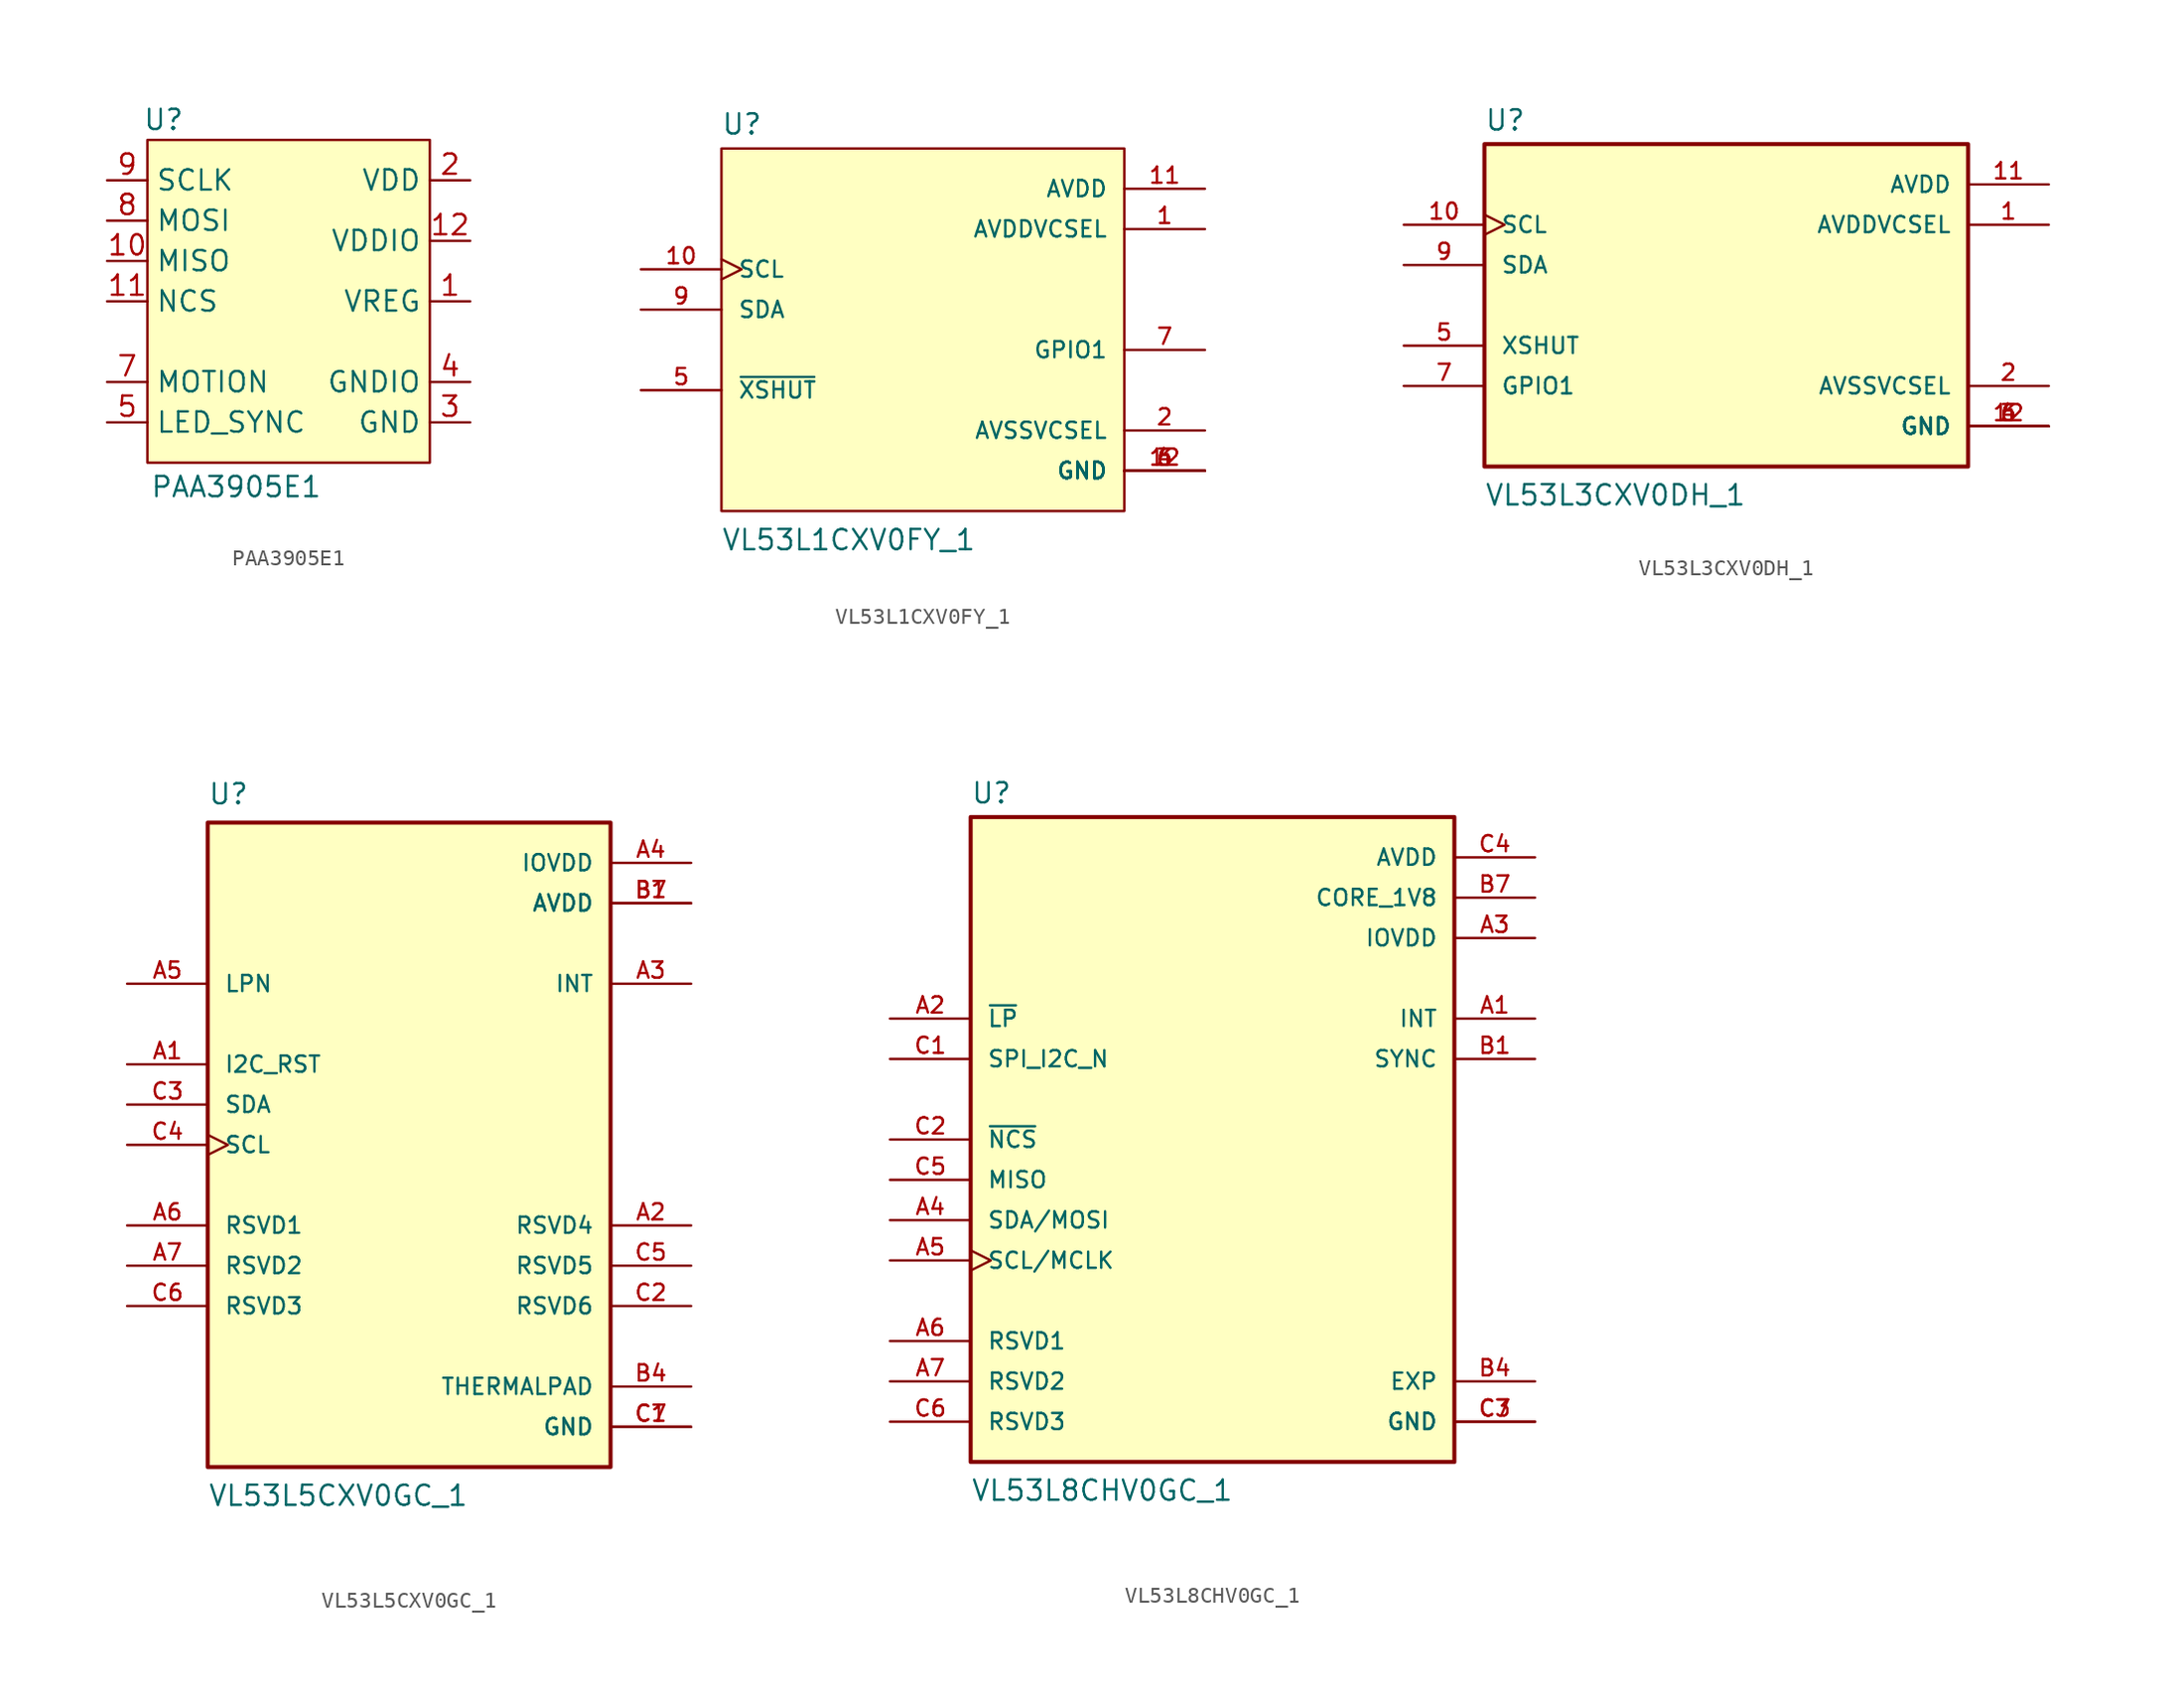
<source format=kicad_sym>
(kicad_symbol_lib
  (version 20231120)
  (generator "kicad_symbol_editor")
  (generator_version "8.0")
  (symbol "PAA3905E1"
    (property "Reference" "U"
      (at -7.874 11.43 0)
      (effects (font (size 1.27 1.27))))
    (property "Value" "PAA3905E1"
      (at -3.302 -11.684 0)
      (effects (font (size 1.27 1.27))))
    (symbol "PAA3905E1_1_1"
      (rectangle (start -8.89 10.16) (end 8.89 -10.16) (stroke (width 0) (type default)) (fill (type background)))
      (pin power_in line (at 11.43 0 180) (length 2.54) (name "VREG" (effects (font (size 1.27 1.27)))) (number "1" (effects (font (size 1.27 1.27)))))
      (pin bidirectional line (at -11.43 2.54 0) (length 2.54) (name "MISO" (effects (font (size 1.27 1.27)))) (number "10" (effects (font (size 1.27 1.27)))))
      (pin input line (at -11.43 0 0) (length 2.54) (name "NCS" (effects (font (size 1.27 1.27)))) (number "11" (effects (font (size 1.27 1.27)))))
      (pin power_in line (at 11.43 3.81 180) (length 2.54) (name "VDDIO" (effects (font (size 1.27 1.27)))) (number "12" (effects (font (size 1.27 1.27)))))
      (pin power_in line (at 11.43 7.62 180) (length 2.54) (name "VDD" (effects (font (size 1.27 1.27)))) (number "2" (effects (font (size 1.27 1.27)))))
      (pin power_in line (at 11.43 -7.62 180) (length 2.54) (name "GND" (effects (font (size 1.27 1.27)))) (number "3" (effects (font (size 1.27 1.27)))))
      (pin power_in line (at 11.43 -5.08 180) (length 2.54) (name "GNDIO" (effects (font (size 1.27 1.27)))) (number "4" (effects (font (size 1.27 1.27)))))
      (pin output line (at -11.43 -7.62 0) (length 2.54) (name "LED_SYNC" (effects (font (size 1.27 1.27)))) (number "5" (effects (font (size 1.27 1.27)))))
      (pin passive line (at -11.43 -2.54 0) (length 2.54) hide (name "NC" (effects (font (size 1.27 1.27)))) (number "6" (effects (font (size 1.27 1.27)))))
      (pin output line (at -11.43 -5.08 0) (length 2.54) (name "MOTION" (effects (font (size 1.27 1.27)))) (number "7" (effects (font (size 1.27 1.27)))))
      (pin bidirectional line (at -11.43 5.08 0) (length 2.54) (name "MOSI" (effects (font (size 1.27 1.27)))) (number "8" (effects (font (size 1.27 1.27)))))
      (pin input line (at -11.43 7.62 0) (length 2.54) (name "SCLK" (effects (font (size 1.27 1.27)))) (number "9" (effects (font (size 1.27 1.27)))))))
  (symbol "VL53L1CXV0FY_1"
    (pin_names
      (offset 1.016))
    (property "Reference" "U"
      (at -12.722 13.486 0)
      (effects (font (size 1.27 1.27)) (justify left bottom)))
    (property "Value" "VL53L1CXV0FY_1"
      (at -12.723 -12.723 0)
      (effects (font (size 1.27 1.27)) (justify left bottom)))
    (symbol "VL53L1CXV0FY_1_0_0"
      (rectangle (start -12.7 -10.16) (end 12.7 12.7) (stroke (width 0.152) (type default)) (fill (type background)))
      (pin power_in line (at 17.78 7.62 180) (length 5.08) (name "AVDDVCSEL" (effects (font (size 1.016 1.016)))) (number "1" (effects (font (size 1.016 1.016)))))
      (pin input clock (at -17.78 5.08 0) (length 5.08) (name "SCL" (effects (font (size 1.016 1.016)))) (number "10" (effects (font (size 1.016 1.016)))))
      (pin power_in line (at 17.78 10.16 180) (length 5.08) (name "AVDD" (effects (font (size 1.016 1.016)))) (number "11" (effects (font (size 1.016 1.016)))))
      (pin power_in line (at 17.78 -7.62 180) (length 5.08) (name "GND" (effects (font (size 1.016 1.016)))) (number "12" (effects (font (size 1.016 1.016)))))
      (pin power_in line (at 17.78 -5.08 180) (length 5.08) (name "AVSSVCSEL" (effects (font (size 1.016 1.016)))) (number "2" (effects (font (size 1.016 1.016)))))
      (pin power_in line (at 17.78 -7.62 180) (length 5.08) (name "GND" (effects (font (size 1.016 1.016)))) (number "3" (effects (font (size 1.016 1.016)))))
      (pin power_in line (at 17.78 -7.62 180) (length 5.08) (name "GND" (effects (font (size 1.016 1.016)))) (number "4" (effects (font (size 1.016 1.016)))))
      (pin input line (at -17.78 -2.54 0) (length 5.08) (name "~{XSHUT}" (effects (font (size 1.016 1.016)))) (number "5" (effects (font (size 1.016 1.016)))))
      (pin power_in line (at 17.78 -7.62 180) (length 5.08) (name "GND" (effects (font (size 1.016 1.016)))) (number "6" (effects (font (size 1.016 1.016)))))
      (pin output line (at 17.78 0 180) (length 5.08) (name "GPIO1" (effects (font (size 1.016 1.016)))) (number "7" (effects (font (size 1.016 1.016)))))
      (pin bidirectional line (at -17.78 2.54 0) (length 5.08) (name "SDA" (effects (font (size 1.016 1.016)))) (number "9" (effects (font (size 1.016 1.016)))))))
  (symbol "VL53L3CXV0DH_1"
    (pin_names
      (offset 1.016))
    (property "Reference" "U"
      (at -15.24 10.922 0)
      (effects (font (size 1.27 1.27)) (justify left bottom)))
    (property "Value" "VL53L3CXV0DH_1"
      (at -15.24 -12.7 0)
      (effects (font (size 1.27 1.27)) (justify left bottom)))
    (symbol "VL53L3CXV0DH_1_0_0"
      (rectangle (start -15.24 -10.16) (end 15.24 10.16) (stroke (width 0.254) (type default)) (fill (type background)))
      (pin power_in line (at 20.32 5.08 180) (length 5.08) (name "AVDDVCSEL" (effects (font (size 1.016 1.016)))) (number "1" (effects (font (size 1.016 1.016)))))
      (pin input clock (at -20.32 5.08 0) (length 5.08) (name "SCL" (effects (font (size 1.016 1.016)))) (number "10" (effects (font (size 1.016 1.016)))))
      (pin power_in line (at 20.32 7.62 180) (length 5.08) (name "AVDD" (effects (font (size 1.016 1.016)))) (number "11" (effects (font (size 1.016 1.016)))))
      (pin power_in line (at 20.32 -7.62 180) (length 5.08) (name "GND" (effects (font (size 1.016 1.016)))) (number "12" (effects (font (size 1.016 1.016)))))
      (pin power_in line (at 20.32 -5.08 180) (length 5.08) (name "AVSSVCSEL" (effects (font (size 1.016 1.016)))) (number "2" (effects (font (size 1.016 1.016)))))
      (pin power_in line (at 20.32 -7.62 180) (length 5.08) (name "GND" (effects (font (size 1.016 1.016)))) (number "3" (effects (font (size 1.016 1.016)))))
      (pin power_in line (at 20.32 -7.62 180) (length 5.08) (name "GND" (effects (font (size 1.016 1.016)))) (number "4" (effects (font (size 1.016 1.016)))))
      (pin input line (at -20.32 -2.54 0) (length 5.08) (name "XSHUT" (effects (font (size 1.016 1.016)))) (number "5" (effects (font (size 1.016 1.016)))))
      (pin power_in line (at 20.32 -7.62 180) (length 5.08) (name "GND" (effects (font (size 1.016 1.016)))) (number "6" (effects (font (size 1.016 1.016)))))
      (pin output line (at -20.32 -5.08 0) (length 5.08) (name "GPIO1" (effects (font (size 1.016 1.016)))) (number "7" (effects (font (size 1.016 1.016)))))
      (pin bidirectional line (at -20.32 2.54 0) (length 5.08) (name "SDA" (effects (font (size 1.016 1.016)))) (number "9" (effects (font (size 1.016 1.016)))))))
  (symbol "VL53L5CXV0GC_1"
    (pin_names
      (offset 1.016))
    (property "Reference" "U"
      (at -12.7 22.86 0)
      (effects (font (size 1.27 1.27)) (justify left top)))
    (property "Value" "VL53L5CXV0GC_1"
      (at -12.7 -22.86 0)
      (effects (font (size 1.27 1.27)) (justify left bottom)))
    (symbol "VL53L5CXV0GC_1_0_0"
      (rectangle (start -12.7 -20.32) (end 12.7 20.32) (stroke (width 0.254) (type default)) (fill (type background)))
      (pin input line (at -17.78 5.08 0) (length 5.08) (name "I2C_RST" (effects (font (size 1.016 1.016)))) (number "A1" (effects (font (size 1.016 1.016)))))
      (pin power_in line (at 17.78 -5.08 180) (length 5.08) (name "RSVD4" (effects (font (size 1.016 1.016)))) (number "A2" (effects (font (size 1.016 1.016)))))
      (pin bidirectional line (at 17.78 10.16 180) (length 5.08) (name "INT" (effects (font (size 1.016 1.016)))) (number "A3" (effects (font (size 1.016 1.016)))))
      (pin power_in line (at 17.78 17.78 180) (length 5.08) (name "IOVDD" (effects (font (size 1.016 1.016)))) (number "A4" (effects (font (size 1.016 1.016)))))
      (pin input line (at -17.78 10.16 0) (length 5.08) (name "LPN" (effects (font (size 1.016 1.016)))) (number "A5" (effects (font (size 1.016 1.016)))))
      (pin power_in line (at -17.78 -5.08 0) (length 5.08) (name "RSVD1" (effects (font (size 1.016 1.016)))) (number "A6" (effects (font (size 1.016 1.016)))))
      (pin power_in line (at -17.78 -7.62 0) (length 5.08) (name "RSVD2" (effects (font (size 1.016 1.016)))) (number "A7" (effects (font (size 1.016 1.016)))))
      (pin power_in line (at 17.78 15.24 180) (length 5.08) (name "AVDD" (effects (font (size 1.016 1.016)))) (number "B1" (effects (font (size 1.016 1.016)))))
      (pin power_in line (at 17.78 -15.24 180) (length 5.08) (name "THERMALPAD" (effects (font (size 1.016 1.016)))) (number "B4" (effects (font (size 1.016 1.016)))))
      (pin power_in line (at 17.78 15.24 180) (length 5.08) (name "AVDD" (effects (font (size 1.016 1.016)))) (number "B7" (effects (font (size 1.016 1.016)))))
      (pin power_in line (at 17.78 -17.78 180) (length 5.08) (name "GND" (effects (font (size 1.016 1.016)))) (number "C1" (effects (font (size 1.016 1.016)))))
      (pin power_in line (at 17.78 -10.16 180) (length 5.08) (name "RSVD6" (effects (font (size 1.016 1.016)))) (number "C2" (effects (font (size 1.016 1.016)))))
      (pin bidirectional line (at -17.78 2.54 0) (length 5.08) (name "SDA" (effects (font (size 1.016 1.016)))) (number "C3" (effects (font (size 1.016 1.016)))))
      (pin input clock (at -17.78 0 0) (length 5.08) (name "SCL" (effects (font (size 1.016 1.016)))) (number "C4" (effects (font (size 1.016 1.016)))))
      (pin power_in line (at 17.78 -7.62 180) (length 5.08) (name "RSVD5" (effects (font (size 1.016 1.016)))) (number "C5" (effects (font (size 1.016 1.016)))))
      (pin power_in line (at -17.78 -10.16 0) (length 5.08) (name "RSVD3" (effects (font (size 1.016 1.016)))) (number "C6" (effects (font (size 1.016 1.016)))))
      (pin power_in line (at 17.78 -17.78 180) (length 5.08) (name "GND" (effects (font (size 1.016 1.016)))) (number "C7" (effects (font (size 1.016 1.016)))))))
  (symbol "VL53L8CHV0GC_1"
    (pin_names
      (offset 1.016))
    (property "Reference" "U"
      (at -15.24 21.082 0)
      (effects (font (size 1.27 1.27)) (justify left bottom)))
    (property "Value" "VL53L8CHV0GC_1"
      (at -15.24 -22.86 0)
      (effects (font (size 1.27 1.27)) (justify left bottom)))
    (symbol "VL53L8CHV0GC_1_0_0"
      (rectangle (start -15.24 -20.32) (end 15.24 20.32) (stroke (width 0.254) (type default)) (fill (type background)))
      (pin bidirectional line (at 20.32 7.62 180) (length 5.08) (name "INT" (effects (font (size 1.016 1.016)))) (number "A1" (effects (font (size 1.016 1.016)))))
      (pin input line (at -20.32 7.62 0) (length 5.08) (name "~{LP}" (effects (font (size 1.016 1.016)))) (number "A2" (effects (font (size 1.016 1.016)))))
      (pin power_in line (at 20.32 12.7 180) (length 5.08) (name "IOVDD" (effects (font (size 1.016 1.016)))) (number "A3" (effects (font (size 1.016 1.016)))))
      (pin bidirectional line (at -20.32 -5.08 0) (length 5.08) (name "SDA/MOSI" (effects (font (size 1.016 1.016)))) (number "A4" (effects (font (size 1.016 1.016)))))
      (pin input clock (at -20.32 -7.62 0) (length 5.08) (name "SCL/MCLK" (effects (font (size 1.016 1.016)))) (number "A5" (effects (font (size 1.016 1.016)))))
      (pin power_in line (at -20.32 -12.7 0) (length 5.08) (name "RSVD1" (effects (font (size 1.016 1.016)))) (number "A6" (effects (font (size 1.016 1.016)))))
      (pin power_in line (at -20.32 -15.24 0) (length 5.08) (name "RSVD2" (effects (font (size 1.016 1.016)))) (number "A7" (effects (font (size 1.016 1.016)))))
      (pin bidirectional line (at 20.32 5.08 180) (length 5.08) (name "SYNC" (effects (font (size 1.016 1.016)))) (number "B1" (effects (font (size 1.016 1.016)))))
      (pin power_in line (at 20.32 -15.24 180) (length 5.08) (name "EXP" (effects (font (size 1.016 1.016)))) (number "B4" (effects (font (size 1.016 1.016)))))
      (pin power_in line (at 20.32 15.24 180) (length 5.08) (name "CORE_1V8" (effects (font (size 1.016 1.016)))) (number "B7" (effects (font (size 1.016 1.016)))))
      (pin input line (at -20.32 5.08 0) (length 5.08) (name "SPI_I2C_N" (effects (font (size 1.016 1.016)))) (number "C1" (effects (font (size 1.016 1.016)))))
      (pin input line (at -20.32 0 0) (length 5.08) (name "~{NCS}" (effects (font (size 1.016 1.016)))) (number "C2" (effects (font (size 1.016 1.016)))))
      (pin power_in line (at 20.32 -17.78 180) (length 5.08) (name "GND" (effects (font (size 1.016 1.016)))) (number "C3" (effects (font (size 1.016 1.016)))))
      (pin power_in line (at 20.32 17.78 180) (length 5.08) (name "AVDD" (effects (font (size 1.016 1.016)))) (number "C4" (effects (font (size 1.016 1.016)))))
      (pin output line (at -20.32 -2.54 0) (length 5.08) (name "MISO" (effects (font (size 1.016 1.016)))) (number "C5" (effects (font (size 1.016 1.016)))))
      (pin power_in line (at -20.32 -17.78 0) (length 5.08) (name "RSVD3" (effects (font (size 1.016 1.016)))) (number "C6" (effects (font (size 1.016 1.016)))))
      (pin power_in line (at 20.32 -17.78 180) (length 5.08) (name "GND" (effects (font (size 1.016 1.016)))) (number "C7" (effects (font (size 1.016 1.016))))))))
</source>
